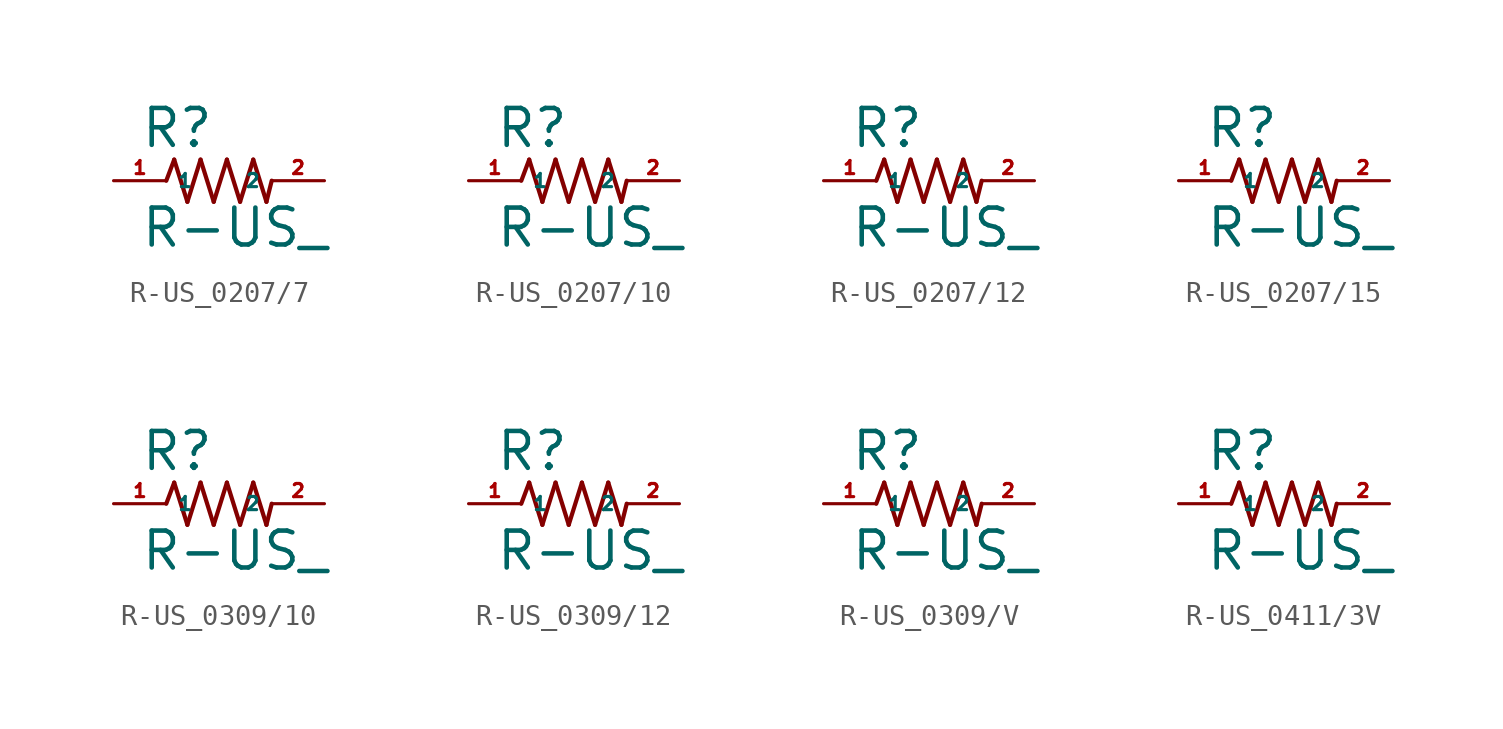
<source format=kicad_sym>
(kicad_symbol_lib
  (version 20220914)
  (generator Eagle2Kicad)
  (symbol "R-US_0207/7"
    (property "Reference" "R"
      (at -3.81 1.499 0)
      (effects (font (size 1.778 1.778) (thickness 0.22)) (justify left bottom)))
    (property "Value" "R-US_"
      (at -3.81 -3.302 0)
      (effects (font (size 1.778 1.778) (thickness 0.22)) (justify left bottom)))
    (polyline
      (pts (xy -2.54 0) (xy -2.159 1.016))
      (stroke (width 0.203) (type default))
      (fill (type none)))
    (polyline
      (pts (xy -2.159 1.016) (xy -1.524 -1.016))
      (stroke (width 0.203) (type default))
      (fill (type none)))
    (polyline
      (pts (xy -1.524 -1.016) (xy -0.889 1.016))
      (stroke (width 0.203) (type default))
      (fill (type none)))
    (polyline
      (pts (xy -0.889 1.016) (xy -0.254 -1.016))
      (stroke (width 0.203) (type default))
      (fill (type none)))
    (polyline
      (pts (xy -0.254 -1.016) (xy 0.381 1.016))
      (stroke (width 0.203) (type default))
      (fill (type none)))
    (polyline
      (pts (xy 0.381 1.016) (xy 1.016 -1.016))
      (stroke (width 0.203) (type default))
      (fill (type none)))
    (polyline
      (pts (xy 1.016 -1.016) (xy 1.651 1.016))
      (stroke (width 0.203) (type default))
      (fill (type none)))
    (polyline
      (pts (xy 1.651 1.016) (xy 2.286 -1.016))
      (stroke (width 0.203) (type default))
      (fill (type none)))
    (polyline
      (pts (xy 2.286 -1.016) (xy 2.54 0))
      (stroke (width 0.203) (type default))
      (fill (type none)))
    (pin passive line
      (at 5.08 0 180)
      (length 2.54)
      (name "2" (effects (font (size 0.635 0.635) (thickness 0.08)) (justify left bottom)))
      (number "2" (effects (font (size 0.635 0.635) (thickness 0.08)) (justify left bottom))))
    (pin passive line
      (at -5.08 0 0)
      (length 2.54)
      (name "1" (effects (font (size 0.635 0.635) (thickness 0.08)) (justify left bottom)))
      (number "1" (effects (font (size 0.635 0.635) (thickness 0.08)) (justify left bottom)))))
  (symbol "R-US_0207/10"
    (property "Reference" "R"
      (at -3.81 1.499 0)
      (effects (font (size 1.778 1.778) (thickness 0.22)) (justify left bottom)))
    (property "Value" "R-US_"
      (at -3.81 -3.302 0)
      (effects (font (size 1.778 1.778) (thickness 0.22)) (justify left bottom)))
    (polyline
      (pts (xy -2.54 0) (xy -2.159 1.016))
      (stroke (width 0.203) (type default))
      (fill (type none)))
    (polyline
      (pts (xy -2.159 1.016) (xy -1.524 -1.016))
      (stroke (width 0.203) (type default))
      (fill (type none)))
    (polyline
      (pts (xy -1.524 -1.016) (xy -0.889 1.016))
      (stroke (width 0.203) (type default))
      (fill (type none)))
    (polyline
      (pts (xy -0.889 1.016) (xy -0.254 -1.016))
      (stroke (width 0.203) (type default))
      (fill (type none)))
    (polyline
      (pts (xy -0.254 -1.016) (xy 0.381 1.016))
      (stroke (width 0.203) (type default))
      (fill (type none)))
    (polyline
      (pts (xy 0.381 1.016) (xy 1.016 -1.016))
      (stroke (width 0.203) (type default))
      (fill (type none)))
    (polyline
      (pts (xy 1.016 -1.016) (xy 1.651 1.016))
      (stroke (width 0.203) (type default))
      (fill (type none)))
    (polyline
      (pts (xy 1.651 1.016) (xy 2.286 -1.016))
      (stroke (width 0.203) (type default))
      (fill (type none)))
    (polyline
      (pts (xy 2.286 -1.016) (xy 2.54 0))
      (stroke (width 0.203) (type default))
      (fill (type none)))
    (pin passive line
      (at 5.08 0 180)
      (length 2.54)
      (name "2" (effects (font (size 0.635 0.635) (thickness 0.08)) (justify left bottom)))
      (number "2" (effects (font (size 0.635 0.635) (thickness 0.08)) (justify left bottom))))
    (pin passive line
      (at -5.08 0 0)
      (length 2.54)
      (name "1" (effects (font (size 0.635 0.635) (thickness 0.08)) (justify left bottom)))
      (number "1" (effects (font (size 0.635 0.635) (thickness 0.08)) (justify left bottom)))))
  (symbol "R-US_0207/12"
    (property "Reference" "R"
      (at -3.81 1.499 0)
      (effects (font (size 1.778 1.778) (thickness 0.22)) (justify left bottom)))
    (property "Value" "R-US_"
      (at -3.81 -3.302 0)
      (effects (font (size 1.778 1.778) (thickness 0.22)) (justify left bottom)))
    (polyline
      (pts (xy -2.54 0) (xy -2.159 1.016))
      (stroke (width 0.203) (type default))
      (fill (type none)))
    (polyline
      (pts (xy -2.159 1.016) (xy -1.524 -1.016))
      (stroke (width 0.203) (type default))
      (fill (type none)))
    (polyline
      (pts (xy -1.524 -1.016) (xy -0.889 1.016))
      (stroke (width 0.203) (type default))
      (fill (type none)))
    (polyline
      (pts (xy -0.889 1.016) (xy -0.254 -1.016))
      (stroke (width 0.203) (type default))
      (fill (type none)))
    (polyline
      (pts (xy -0.254 -1.016) (xy 0.381 1.016))
      (stroke (width 0.203) (type default))
      (fill (type none)))
    (polyline
      (pts (xy 0.381 1.016) (xy 1.016 -1.016))
      (stroke (width 0.203) (type default))
      (fill (type none)))
    (polyline
      (pts (xy 1.016 -1.016) (xy 1.651 1.016))
      (stroke (width 0.203) (type default))
      (fill (type none)))
    (polyline
      (pts (xy 1.651 1.016) (xy 2.286 -1.016))
      (stroke (width 0.203) (type default))
      (fill (type none)))
    (polyline
      (pts (xy 2.286 -1.016) (xy 2.54 0))
      (stroke (width 0.203) (type default))
      (fill (type none)))
    (pin passive line
      (at 5.08 0 180)
      (length 2.54)
      (name "2" (effects (font (size 0.635 0.635) (thickness 0.08)) (justify left bottom)))
      (number "2" (effects (font (size 0.635 0.635) (thickness 0.08)) (justify left bottom))))
    (pin passive line
      (at -5.08 0 0)
      (length 2.54)
      (name "1" (effects (font (size 0.635 0.635) (thickness 0.08)) (justify left bottom)))
      (number "1" (effects (font (size 0.635 0.635) (thickness 0.08)) (justify left bottom)))))
  (symbol "R-US_0207/15"
    (property "Reference" "R"
      (at -3.81 1.499 0)
      (effects (font (size 1.778 1.778) (thickness 0.22)) (justify left bottom)))
    (property "Value" "R-US_"
      (at -3.81 -3.302 0)
      (effects (font (size 1.778 1.778) (thickness 0.22)) (justify left bottom)))
    (polyline
      (pts (xy -2.54 0) (xy -2.159 1.016))
      (stroke (width 0.203) (type default))
      (fill (type none)))
    (polyline
      (pts (xy -2.159 1.016) (xy -1.524 -1.016))
      (stroke (width 0.203) (type default))
      (fill (type none)))
    (polyline
      (pts (xy -1.524 -1.016) (xy -0.889 1.016))
      (stroke (width 0.203) (type default))
      (fill (type none)))
    (polyline
      (pts (xy -0.889 1.016) (xy -0.254 -1.016))
      (stroke (width 0.203) (type default))
      (fill (type none)))
    (polyline
      (pts (xy -0.254 -1.016) (xy 0.381 1.016))
      (stroke (width 0.203) (type default))
      (fill (type none)))
    (polyline
      (pts (xy 0.381 1.016) (xy 1.016 -1.016))
      (stroke (width 0.203) (type default))
      (fill (type none)))
    (polyline
      (pts (xy 1.016 -1.016) (xy 1.651 1.016))
      (stroke (width 0.203) (type default))
      (fill (type none)))
    (polyline
      (pts (xy 1.651 1.016) (xy 2.286 -1.016))
      (stroke (width 0.203) (type default))
      (fill (type none)))
    (polyline
      (pts (xy 2.286 -1.016) (xy 2.54 0))
      (stroke (width 0.203) (type default))
      (fill (type none)))
    (pin passive line
      (at 5.08 0 180)
      (length 2.54)
      (name "2" (effects (font (size 0.635 0.635) (thickness 0.08)) (justify left bottom)))
      (number "2" (effects (font (size 0.635 0.635) (thickness 0.08)) (justify left bottom))))
    (pin passive line
      (at -5.08 0 0)
      (length 2.54)
      (name "1" (effects (font (size 0.635 0.635) (thickness 0.08)) (justify left bottom)))
      (number "1" (effects (font (size 0.635 0.635) (thickness 0.08)) (justify left bottom)))))
  (symbol "R-US_0309/10"
    (property "Reference" "R"
      (at -3.81 1.499 0)
      (effects (font (size 1.778 1.778) (thickness 0.22)) (justify left bottom)))
    (property "Value" "R-US_"
      (at -3.81 -3.302 0)
      (effects (font (size 1.778 1.778) (thickness 0.22)) (justify left bottom)))
    (polyline
      (pts (xy -2.54 0) (xy -2.159 1.016))
      (stroke (width 0.203) (type default))
      (fill (type none)))
    (polyline
      (pts (xy -2.159 1.016) (xy -1.524 -1.016))
      (stroke (width 0.203) (type default))
      (fill (type none)))
    (polyline
      (pts (xy -1.524 -1.016) (xy -0.889 1.016))
      (stroke (width 0.203) (type default))
      (fill (type none)))
    (polyline
      (pts (xy -0.889 1.016) (xy -0.254 -1.016))
      (stroke (width 0.203) (type default))
      (fill (type none)))
    (polyline
      (pts (xy -0.254 -1.016) (xy 0.381 1.016))
      (stroke (width 0.203) (type default))
      (fill (type none)))
    (polyline
      (pts (xy 0.381 1.016) (xy 1.016 -1.016))
      (stroke (width 0.203) (type default))
      (fill (type none)))
    (polyline
      (pts (xy 1.016 -1.016) (xy 1.651 1.016))
      (stroke (width 0.203) (type default))
      (fill (type none)))
    (polyline
      (pts (xy 1.651 1.016) (xy 2.286 -1.016))
      (stroke (width 0.203) (type default))
      (fill (type none)))
    (polyline
      (pts (xy 2.286 -1.016) (xy 2.54 0))
      (stroke (width 0.203) (type default))
      (fill (type none)))
    (pin passive line
      (at 5.08 0 180)
      (length 2.54)
      (name "2" (effects (font (size 0.635 0.635) (thickness 0.08)) (justify left bottom)))
      (number "2" (effects (font (size 0.635 0.635) (thickness 0.08)) (justify left bottom))))
    (pin passive line
      (at -5.08 0 0)
      (length 2.54)
      (name "1" (effects (font (size 0.635 0.635) (thickness 0.08)) (justify left bottom)))
      (number "1" (effects (font (size 0.635 0.635) (thickness 0.08)) (justify left bottom)))))
  (symbol "R-US_0309/12"
    (property "Reference" "R"
      (at -3.81 1.499 0)
      (effects (font (size 1.778 1.778) (thickness 0.22)) (justify left bottom)))
    (property "Value" "R-US_"
      (at -3.81 -3.302 0)
      (effects (font (size 1.778 1.778) (thickness 0.22)) (justify left bottom)))
    (polyline
      (pts (xy -2.54 0) (xy -2.159 1.016))
      (stroke (width 0.203) (type default))
      (fill (type none)))
    (polyline
      (pts (xy -2.159 1.016) (xy -1.524 -1.016))
      (stroke (width 0.203) (type default))
      (fill (type none)))
    (polyline
      (pts (xy -1.524 -1.016) (xy -0.889 1.016))
      (stroke (width 0.203) (type default))
      (fill (type none)))
    (polyline
      (pts (xy -0.889 1.016) (xy -0.254 -1.016))
      (stroke (width 0.203) (type default))
      (fill (type none)))
    (polyline
      (pts (xy -0.254 -1.016) (xy 0.381 1.016))
      (stroke (width 0.203) (type default))
      (fill (type none)))
    (polyline
      (pts (xy 0.381 1.016) (xy 1.016 -1.016))
      (stroke (width 0.203) (type default))
      (fill (type none)))
    (polyline
      (pts (xy 1.016 -1.016) (xy 1.651 1.016))
      (stroke (width 0.203) (type default))
      (fill (type none)))
    (polyline
      (pts (xy 1.651 1.016) (xy 2.286 -1.016))
      (stroke (width 0.203) (type default))
      (fill (type none)))
    (polyline
      (pts (xy 2.286 -1.016) (xy 2.54 0))
      (stroke (width 0.203) (type default))
      (fill (type none)))
    (pin passive line
      (at 5.08 0 180)
      (length 2.54)
      (name "2" (effects (font (size 0.635 0.635) (thickness 0.08)) (justify left bottom)))
      (number "2" (effects (font (size 0.635 0.635) (thickness 0.08)) (justify left bottom))))
    (pin passive line
      (at -5.08 0 0)
      (length 2.54)
      (name "1" (effects (font (size 0.635 0.635) (thickness 0.08)) (justify left bottom)))
      (number "1" (effects (font (size 0.635 0.635) (thickness 0.08)) (justify left bottom)))))
  (symbol "R-US_0309/V"
    (property "Reference" "R"
      (at -3.81 1.499 0)
      (effects (font (size 1.778 1.778) (thickness 0.22)) (justify left bottom)))
    (property "Value" "R-US_"
      (at -3.81 -3.302 0)
      (effects (font (size 1.778 1.778) (thickness 0.22)) (justify left bottom)))
    (polyline
      (pts (xy -2.54 0) (xy -2.159 1.016))
      (stroke (width 0.203) (type default))
      (fill (type none)))
    (polyline
      (pts (xy -2.159 1.016) (xy -1.524 -1.016))
      (stroke (width 0.203) (type default))
      (fill (type none)))
    (polyline
      (pts (xy -1.524 -1.016) (xy -0.889 1.016))
      (stroke (width 0.203) (type default))
      (fill (type none)))
    (polyline
      (pts (xy -0.889 1.016) (xy -0.254 -1.016))
      (stroke (width 0.203) (type default))
      (fill (type none)))
    (polyline
      (pts (xy -0.254 -1.016) (xy 0.381 1.016))
      (stroke (width 0.203) (type default))
      (fill (type none)))
    (polyline
      (pts (xy 0.381 1.016) (xy 1.016 -1.016))
      (stroke (width 0.203) (type default))
      (fill (type none)))
    (polyline
      (pts (xy 1.016 -1.016) (xy 1.651 1.016))
      (stroke (width 0.203) (type default))
      (fill (type none)))
    (polyline
      (pts (xy 1.651 1.016) (xy 2.286 -1.016))
      (stroke (width 0.203) (type default))
      (fill (type none)))
    (polyline
      (pts (xy 2.286 -1.016) (xy 2.54 0))
      (stroke (width 0.203) (type default))
      (fill (type none)))
    (pin passive line
      (at 5.08 0 180)
      (length 2.54)
      (name "2" (effects (font (size 0.635 0.635) (thickness 0.08)) (justify left bottom)))
      (number "2" (effects (font (size 0.635 0.635) (thickness 0.08)) (justify left bottom))))
    (pin passive line
      (at -5.08 0 0)
      (length 2.54)
      (name "1" (effects (font (size 0.635 0.635) (thickness 0.08)) (justify left bottom)))
      (number "1" (effects (font (size 0.635 0.635) (thickness 0.08)) (justify left bottom)))))
  (symbol "R-US_0411/3V"
    (property "Reference" "R"
      (at -3.81 1.499 0)
      (effects (font (size 1.778 1.778) (thickness 0.22)) (justify left bottom)))
    (property "Value" "R-US_"
      (at -3.81 -3.302 0)
      (effects (font (size 1.778 1.778) (thickness 0.22)) (justify left bottom)))
    (polyline
      (pts (xy -2.54 0) (xy -2.159 1.016))
      (stroke (width 0.203) (type default))
      (fill (type none)))
    (polyline
      (pts (xy -2.159 1.016) (xy -1.524 -1.016))
      (stroke (width 0.203) (type default))
      (fill (type none)))
    (polyline
      (pts (xy -1.524 -1.016) (xy -0.889 1.016))
      (stroke (width 0.203) (type default))
      (fill (type none)))
    (polyline
      (pts (xy -0.889 1.016) (xy -0.254 -1.016))
      (stroke (width 0.203) (type default))
      (fill (type none)))
    (polyline
      (pts (xy -0.254 -1.016) (xy 0.381 1.016))
      (stroke (width 0.203) (type default))
      (fill (type none)))
    (polyline
      (pts (xy 0.381 1.016) (xy 1.016 -1.016))
      (stroke (width 0.203) (type default))
      (fill (type none)))
    (polyline
      (pts (xy 1.016 -1.016) (xy 1.651 1.016))
      (stroke (width 0.203) (type default))
      (fill (type none)))
    (polyline
      (pts (xy 1.651 1.016) (xy 2.286 -1.016))
      (stroke (width 0.203) (type default))
      (fill (type none)))
    (polyline
      (pts (xy 2.286 -1.016) (xy 2.54 0))
      (stroke (width 0.203) (type default))
      (fill (type none)))
    (pin passive line
      (at 5.08 0 180)
      (length 2.54)
      (name "2" (effects (font (size 0.635 0.635) (thickness 0.08)) (justify left bottom)))
      (number "2" (effects (font (size 0.635 0.635) (thickness 0.08)) (justify left bottom))))
    (pin passive line
      (at -5.08 0 0)
      (length 2.54)
      (name "1" (effects (font (size 0.635 0.635) (thickness 0.08)) (justify left bottom)))
      (number "1" (effects (font (size 0.635 0.635) (thickness 0.08)) (justify left bottom))))))
</source>
